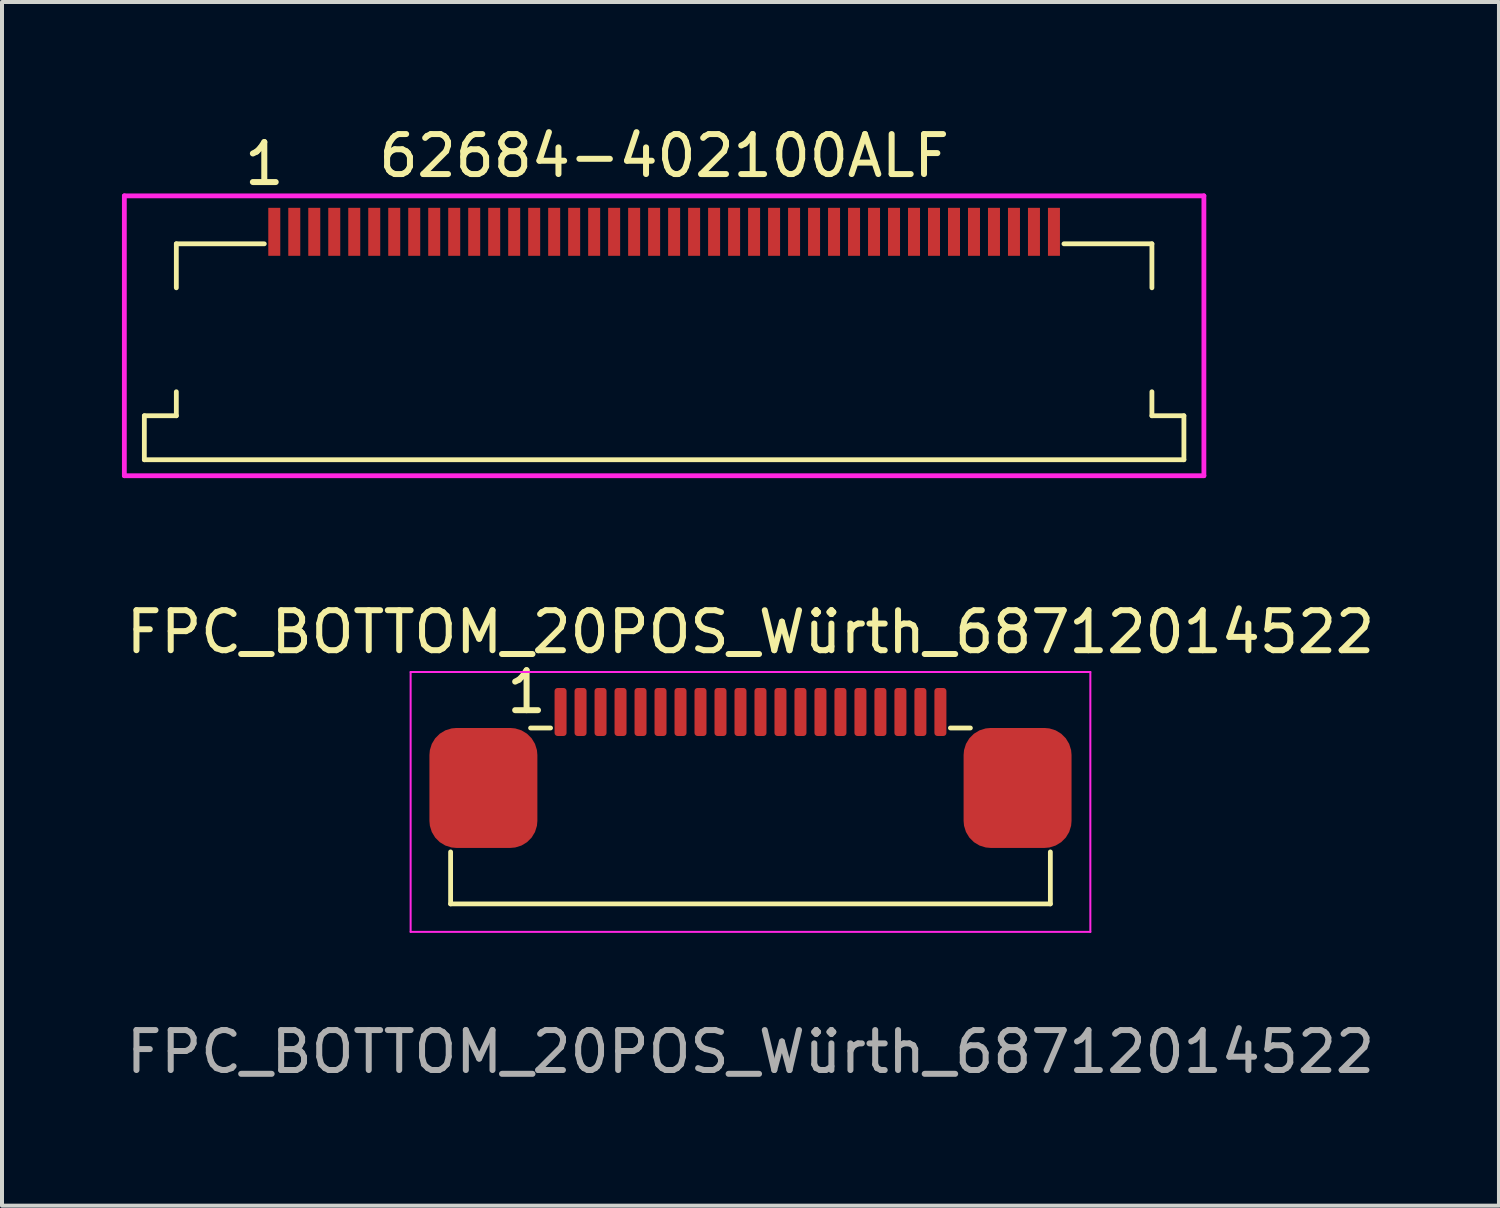
<source format=kicad_pcb>
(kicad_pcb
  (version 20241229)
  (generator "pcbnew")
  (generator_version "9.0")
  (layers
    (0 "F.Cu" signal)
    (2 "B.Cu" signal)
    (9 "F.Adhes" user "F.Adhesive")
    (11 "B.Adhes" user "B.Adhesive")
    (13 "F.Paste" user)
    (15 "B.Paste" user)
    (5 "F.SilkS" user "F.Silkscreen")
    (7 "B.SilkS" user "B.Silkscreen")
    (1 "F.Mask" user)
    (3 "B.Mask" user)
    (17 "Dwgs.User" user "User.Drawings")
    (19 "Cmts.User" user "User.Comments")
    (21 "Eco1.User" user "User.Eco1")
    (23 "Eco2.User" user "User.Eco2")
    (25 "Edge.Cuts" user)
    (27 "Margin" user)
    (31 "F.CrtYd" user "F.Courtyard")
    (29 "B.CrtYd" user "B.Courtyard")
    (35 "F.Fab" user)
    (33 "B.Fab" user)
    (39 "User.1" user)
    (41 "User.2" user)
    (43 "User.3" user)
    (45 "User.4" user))
  (footprint "62684-402100ALF"
    (layer "F.Cu")
    (at 13.56 3.348)
    (property "Reference" "62684-402100ALF" (at 0 -2.5 0) (layer "F.SilkS") (effects (font (size 1 1) (thickness 0.15))))
    (attr through_hole)
    (fp_line (start -13 4) (end -13 5.1) (stroke (width 0.12) (type solid)) (layer "F.SilkS"))
    (fp_line (start -12.2 -0.3) (end -12.2 0.8) (stroke (width 0.12) (type solid)) (layer "F.SilkS"))
    (fp_line (start -12.2 3.4) (end -12.2 4) (stroke (width 0.12) (type solid)) (layer "F.SilkS"))
    (fp_line (start -12.2 4) (end -13 4) (stroke (width 0.12) (type solid)) (layer "F.SilkS"))
    (fp_line (start -10 -0.3) (end -12.2 -0.3) (stroke (width 0.12) (type solid)) (layer "F.SilkS"))
    (fp_line (start 10 -0.3) (end 12.2 -0.3) (stroke (width 0.12) (type solid)) (layer "F.SilkS"))
    (fp_line (start 12.2 -0.3) (end 12.2 0.8) (stroke (width 0.12) (type solid)) (layer "F.SilkS"))
    (fp_line (start 12.2 3.4) (end 12.2 4) (stroke (width 0.12) (type solid)) (layer "F.SilkS"))
    (fp_line (start 12.2 4) (end 13 4) (stroke (width 0.12) (type solid)) (layer "F.SilkS"))
    (fp_line (start 13 4) (end 13 5.1) (stroke (width 0.12) (type solid)) (layer "F.SilkS"))
    (fp_line (start 13 5.1) (end -13 5.1) (stroke (width 0.12) (type solid)) (layer "F.SilkS"))
    (fp_line (start -13.5 -1.5) (end 13.5 -1.5) (stroke (width 0.12) (type solid)) (layer "F.CrtYd"))
    (fp_line (start -13.5 5.5) (end -13.5 -1.5) (stroke (width 0.12) (type solid)) (layer "F.CrtYd"))
    (fp_line (start 13.5 -1.5) (end 13.5 5.5) (stroke (width 0.12) (type solid)) (layer "F.CrtYd"))
    (fp_line (start 13.5 5.5) (end -13.5 5.5) (stroke (width 0.12) (type solid)) (layer "F.CrtYd"))
    (fp_text user "1" (at -10 -2.3 0) (unlocked yes) (layer "F.SilkS") (effects (font (size 1 1) (thickness 0.15))))
    (pad "" smd custom (at -11.85 2.1) (size 0.2 0.2) (layers "F.Paste") (options (anchor rect)) (primitives (gr_poly (pts (xy 1.2 1.2) (xy -1.2 1.2) (xy -1.2 -0.4) (xy -0.4 -0.4) (xy -0.4 -1.2) (xy 1.2 -1.2)) (width 0) (fill yes))))
    (pad "" smd custom (at 11.85 2.1 270) (size 0.2 0.2) (layers "F.Paste") (options (anchor rect)) (primitives (gr_poly (pts (xy 1.2 1.2) (xy -1.2 1.2) (xy -1.2 -0.4) (xy -0.4 -0.4) (xy -0.4 -1.2) (xy 1.2 -1.2)) (width 0) (fill yes))))
    (pad "1" smd rect (at -9.75 -0.6) (size 0.3 1.2) (layers "F.Cu" "F.Mask" "F.Paste"))
    (pad "2" smd rect (at -9.25 -0.6) (size 0.3 1.2) (layers "F.Cu" "F.Mask" "F.Paste"))
    (pad "3" smd rect (at -8.75 -0.6) (size 0.3 1.2) (layers "F.Cu" "F.Mask" "F.Paste"))
    (pad "4" smd rect (at -8.25 -0.6) (size 0.3 1.2) (layers "F.Cu" "F.Mask" "F.Paste"))
    (pad "5" smd rect (at -7.75 -0.6) (size 0.3 1.2) (layers "F.Cu" "F.Mask" "F.Paste"))
    (pad "6" smd rect (at -7.25 -0.6) (size 0.3 1.2) (layers "F.Cu" "F.Mask" "F.Paste"))
    (pad "7" smd rect (at -6.75 -0.6) (size 0.3 1.2) (layers "F.Cu" "F.Mask" "F.Paste"))
    (pad "8" smd rect (at -6.25 -0.6) (size 0.3 1.2) (layers "F.Cu" "F.Mask" "F.Paste"))
    (pad "9" smd rect (at -5.75 -0.6) (size 0.3 1.2) (layers "F.Cu" "F.Mask" "F.Paste"))
    (pad "10" smd rect (at -5.25 -0.6) (size 0.3 1.2) (layers "F.Cu" "F.Mask" "F.Paste"))
    (pad "11" smd rect (at -4.75 -0.6) (size 0.3 1.2) (layers "F.Cu" "F.Mask" "F.Paste"))
    (pad "12" smd rect (at -4.25 -0.6) (size 0.3 1.2) (layers "F.Cu" "F.Mask" "F.Paste"))
    (pad "13" smd rect (at -3.75 -0.6) (size 0.3 1.2) (layers "F.Cu" "F.Mask" "F.Paste"))
    (pad "14" smd rect (at -3.25 -0.6) (size 0.3 1.2) (layers "F.Cu" "F.Mask" "F.Paste"))
    (pad "15" smd rect (at -2.75 -0.6) (size 0.3 1.2) (layers "F.Cu" "F.Mask" "F.Paste"))
    (pad "16" smd rect (at -2.25 -0.6) (size 0.3 1.2) (layers "F.Cu" "F.Mask" "F.Paste"))
    (pad "17" smd rect (at -1.75 -0.6) (size 0.3 1.2) (layers "F.Cu" "F.Mask" "F.Paste"))
    (pad "18" smd rect (at -1.25 -0.6) (size 0.3 1.2) (layers "F.Cu" "F.Mask" "F.Paste"))
    (pad "19" smd rect (at -0.75 -0.6) (size 0.3 1.2) (layers "F.Cu" "F.Mask" "F.Paste"))
    (pad "20" smd rect (at -0.25 -0.6) (size 0.3 1.2) (layers "F.Cu" "F.Mask" "F.Paste"))
    (pad "21" smd rect (at 0.25 -0.6) (size 0.3 1.2) (layers "F.Cu" "F.Mask" "F.Paste"))
    (pad "22" smd rect (at 0.75 -0.6) (size 0.3 1.2) (layers "F.Cu" "F.Mask" "F.Paste"))
    (pad "23" smd rect (at 1.25 -0.6) (size 0.3 1.2) (layers "F.Cu" "F.Mask" "F.Paste"))
    (pad "24" smd rect (at 1.75 -0.6) (size 0.3 1.2) (layers "F.Cu" "F.Mask" "F.Paste"))
    (pad "25" smd rect (at 2.25 -0.6) (size 0.3 1.2) (layers "F.Cu" "F.Mask" "F.Paste"))
    (pad "26" smd rect (at 2.75 -0.6) (size 0.3 1.2) (layers "F.Cu" "F.Mask" "F.Paste"))
    (pad "27" smd rect (at 3.25 -0.6) (size 0.3 1.2) (layers "F.Cu" "F.Mask" "F.Paste"))
    (pad "28" smd rect (at 3.75 -0.6) (size 0.3 1.2) (layers "F.Cu" "F.Mask" "F.Paste"))
    (pad "29" smd rect (at 4.25 -0.6) (size 0.3 1.2) (layers "F.Cu" "F.Mask" "F.Paste"))
    (pad "30" smd rect (at 4.75 -0.6) (size 0.3 1.2) (layers "F.Cu" "F.Mask" "F.Paste"))
    (pad "31" smd rect (at 5.25 -0.6) (size 0.3 1.2) (layers "F.Cu" "F.Mask" "F.Paste"))
    (pad "32" smd rect (at 5.75 -0.6) (size 0.3 1.2) (layers "F.Cu" "F.Mask" "F.Paste"))
    (pad "33" smd rect (at 6.25 -0.6) (size 0.3 1.2) (layers "F.Cu" "F.Mask" "F.Paste"))
    (pad "34" smd rect (at 6.75 -0.6) (size 0.3 1.2) (layers "F.Cu" "F.Mask" "F.Paste"))
    (pad "35" smd rect (at 7.25 -0.6) (size 0.3 1.2) (layers "F.Cu" "F.Mask" "F.Paste"))
    (pad "36" smd rect (at 7.75 -0.6) (size 0.3 1.2) (layers "F.Cu" "F.Mask" "F.Paste"))
    (pad "37" smd rect (at 8.25 -0.6) (size 0.3 1.2) (layers "F.Cu" "F.Mask" "F.Paste"))
    (pad "38" smd rect (at 8.75 -0.6) (size 0.3 1.2) (layers "F.Cu" "F.Mask" "F.Paste"))
    (pad "39" smd rect (at 9.25 -0.6) (size 0.3 1.2) (layers "F.Cu" "F.Mask" "F.Paste"))
    (pad "40" smd rect (at 9.75 -0.6) (size 0.3 1.2) (layers "F.Cu" "F.Mask" "F.Paste")))
  (footprint "FPC_BOTTOM_20POS_Würth_68712014522"
    (layer "F.Cu")
    (at 15.72 14.757)
    (property "Reference" "FPC_BOTTOM_20POS_Würth_68712014522" (at 0 -2 0) (unlocked yes) (layer "F.SilkS") (effects (font (size 1 1) (thickness 0.15))))
    (attr smd)
    (fp_line (start -7.5 4.8) (end -7.5 3.5) (stroke (width 0.12) (type solid)) (layer "F.SilkS"))
    (fp_line (start -7.5 4.8) (end 7.5 4.8) (stroke (width 0.12) (type solid)) (layer "F.SilkS"))
    (fp_line (start -5.5 0.4) (end -5 0.4) (stroke (width 0.12) (type solid)) (layer "F.SilkS"))
    (fp_line (start 5 0.4) (end 5.5 0.4) (stroke (width 0.12) (type solid)) (layer "F.SilkS"))
    (fp_line (start 7.5 4.8) (end 7.5 3.5) (stroke (width 0.12) (type solid)) (layer "F.SilkS"))
    (fp_line (start -8.5 -1) (end 8.5 -1) (stroke (width 0.05) (type solid)) (layer "F.CrtYd"))
    (fp_line (start -8.5 5.5) (end -8.5 -1) (stroke (width 0.05) (type solid)) (layer "F.CrtYd"))
    (fp_line (start 8.5 -1) (end 8.5 5.5) (stroke (width 0.05) (type solid)) (layer "F.CrtYd"))
    (fp_line (start 8.5 5.5) (end -8.5 5.5) (stroke (width 0.05) (type solid)) (layer "F.CrtYd"))
    (fp_text user "1" (at -5.6 -0.5 0) (unlocked yes) (layer "F.SilkS") (effects (font (size 1 1) (thickness 0.15))))
    (fp_text user "${REFERENCE}" (at 0 8.5 0) (unlocked yes) (layer "F.Fab") (effects (font (size 1 1) (thickness 0.15))))
    (pad "" smd roundrect (at -6.68 1.9) (size 2.7 3) (layers "F.Cu" "F.Mask" "F.Paste") (roundrect_rratio 0.25))
    (pad "" smd roundrect (at 6.68 1.9) (size 2.7 3) (layers "F.Cu" "F.Mask" "F.Paste") (roundrect_rratio 0.25))
    (pad "1" smd roundrect (at -4.75 0) (size 0.3 1.2) (layers "F.Cu" "F.Mask" "F.Paste") (roundrect_rratio 0.25))
    (pad "2" smd roundrect (at -4.25 0) (size 0.3 1.2) (layers "F.Cu" "F.Mask" "F.Paste") (roundrect_rratio 0.25))
    (pad "3" smd roundrect (at -3.75 0) (size 0.3 1.2) (layers "F.Cu" "F.Mask" "F.Paste") (roundrect_rratio 0.25))
    (pad "4" smd roundrect (at -3.25 0) (size 0.3 1.2) (layers "F.Cu" "F.Mask" "F.Paste") (roundrect_rratio 0.25))
    (pad "5" smd roundrect (at -2.75 0) (size 0.3 1.2) (layers "F.Cu" "F.Mask" "F.Paste") (roundrect_rratio 0.25))
    (pad "6" smd roundrect (at -2.25 0) (size 0.3 1.2) (layers "F.Cu" "F.Mask" "F.Paste") (roundrect_rratio 0.25))
    (pad "7" smd roundrect (at -1.75 0) (size 0.3 1.2) (layers "F.Cu" "F.Mask" "F.Paste") (roundrect_rratio 0.25))
    (pad "8" smd roundrect (at -1.25 0) (size 0.3 1.2) (layers "F.Cu" "F.Mask" "F.Paste") (roundrect_rratio 0.25))
    (pad "9" smd roundrect (at -0.75 0) (size 0.3 1.2) (layers "F.Cu" "F.Mask" "F.Paste") (roundrect_rratio 0.25))
    (pad "10" smd roundrect (at -0.25 0) (size 0.3 1.2) (layers "F.Cu" "F.Mask" "F.Paste") (roundrect_rratio 0.25))
    (pad "11" smd roundrect (at 0.25 0) (size 0.3 1.2) (layers "F.Cu" "F.Mask" "F.Paste") (roundrect_rratio 0.25))
    (pad "12" smd roundrect (at 0.75 0) (size 0.3 1.2) (layers "F.Cu" "F.Mask" "F.Paste") (roundrect_rratio 0.25))
    (pad "13" smd roundrect (at 1.25 0) (size 0.3 1.2) (layers "F.Cu" "F.Mask" "F.Paste") (roundrect_rratio 0.25))
    (pad "14" smd roundrect (at 1.75 0) (size 0.3 1.2) (layers "F.Cu" "F.Mask" "F.Paste") (roundrect_rratio 0.25))
    (pad "15" smd roundrect (at 2.25 0) (size 0.3 1.2) (layers "F.Cu" "F.Mask" "F.Paste") (roundrect_rratio 0.25))
    (pad "16" smd roundrect (at 2.75 0) (size 0.3 1.2) (layers "F.Cu" "F.Mask" "F.Paste") (roundrect_rratio 0.25))
    (pad "17" smd roundrect (at 3.25 0) (size 0.3 1.2) (layers "F.Cu" "F.Mask" "F.Paste") (roundrect_rratio 0.25))
    (pad "18" smd roundrect (at 3.75 0) (size 0.3 1.2) (layers "F.Cu" "F.Mask" "F.Paste") (roundrect_rratio 0.25))
    (pad "19" smd roundrect (at 4.25 0) (size 0.3 1.2) (layers "F.Cu" "F.Mask" "F.Paste") (roundrect_rratio 0.25))
    (pad "20" smd roundrect (at 4.75 0) (size 0.3 1.2) (layers "F.Cu" "F.Mask" "F.Paste") (roundrect_rratio 0.25)))
  (gr_rect
    (start -3 -3)
    (end 34.44 27.105)
    (stroke (width 0.1) (type default))
    (fill no)
    (layer "Edge.Cuts")))
</source>
